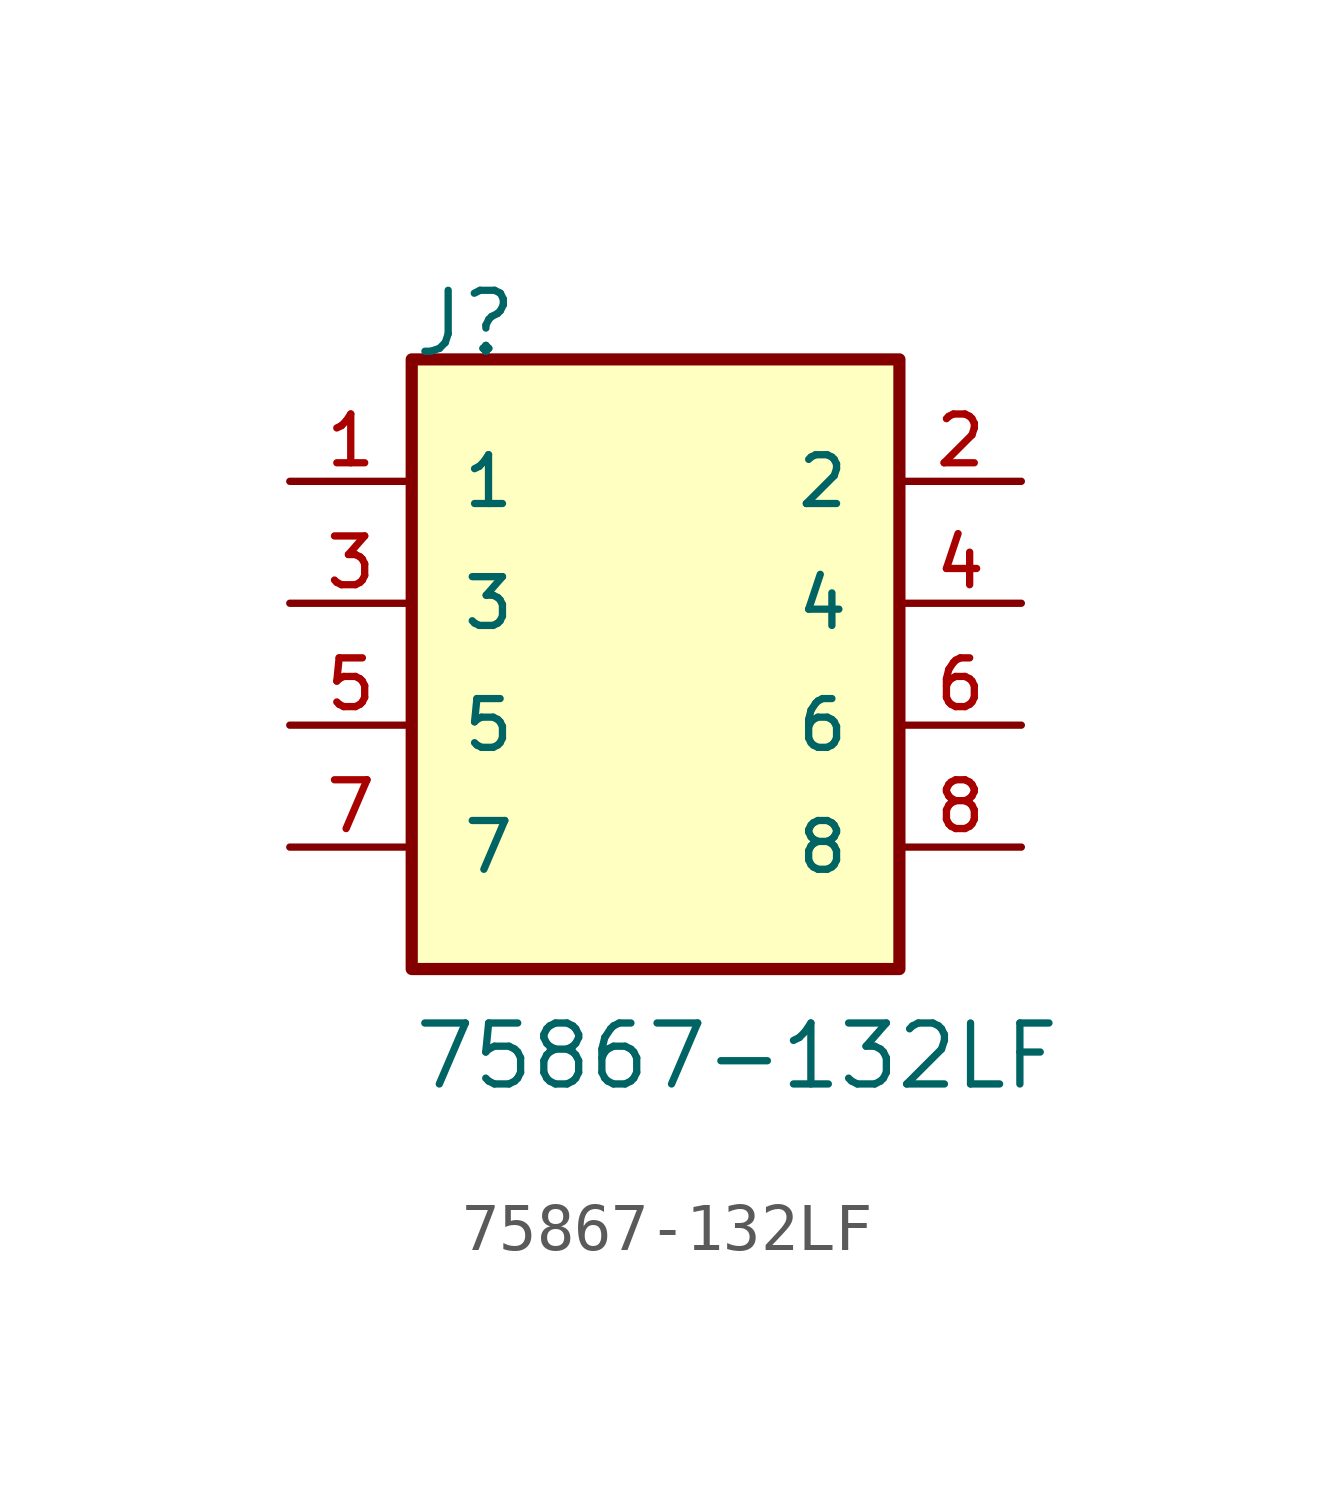
<source format=kicad_sym>
(kicad_symbol_lib
  (version 20211014)
  (generator kicad_symbol_editor)
  (symbol "75867-132LF"
    (pin_names
      (offset 1.016))
    (property "Reference" "J"
      (at -5.086 5.086 0)
      (effects (font (size 1.27 1.27)) (justify bottom left)))
    (property "Value" "75867-132LF"
      (at -5.089 -10.178 0)
      (effects (font (size 1.27 1.27)) (justify bottom left)))
    (symbol "75867-132LF_0_0"
      (rectangle (start -5.08 -7.62) (end 5.08 5.08) (stroke (width 0.254)) (fill (type background)))
      (pin passive line (at -7.62 2.54 0) (length 2.54) (name "1" (effects (font (size 1.016 1.016)))) (number "1" (effects (font (size 1.016 1.016)))))
      (pin passive line (at 7.62 2.54 180.0) (length 2.54) (name "2" (effects (font (size 1.016 1.016)))) (number "2" (effects (font (size 1.016 1.016)))))
      (pin passive line (at -7.62 0.0 0) (length 2.54) (name "3" (effects (font (size 1.016 1.016)))) (number "3" (effects (font (size 1.016 1.016)))))
      (pin passive line (at 7.62 0.0 180.0) (length 2.54) (name "4" (effects (font (size 1.016 1.016)))) (number "4" (effects (font (size 1.016 1.016)))))
      (pin passive line (at -7.62 -2.54 0) (length 2.54) (name "5" (effects (font (size 1.016 1.016)))) (number "5" (effects (font (size 1.016 1.016)))))
      (pin passive line (at 7.62 -2.54 180.0) (length 2.54) (name "6" (effects (font (size 1.016 1.016)))) (number "6" (effects (font (size 1.016 1.016)))))
      (pin passive line (at -7.62 -5.08 0) (length 2.54) (name "7" (effects (font (size 1.016 1.016)))) (number "7" (effects (font (size 1.016 1.016)))))
      (pin passive line (at 7.62 -5.08 180.0) (length 2.54) (name "8" (effects (font (size 1.016 1.016)))) (number "8" (effects (font (size 1.016 1.016))))))))
</source>
